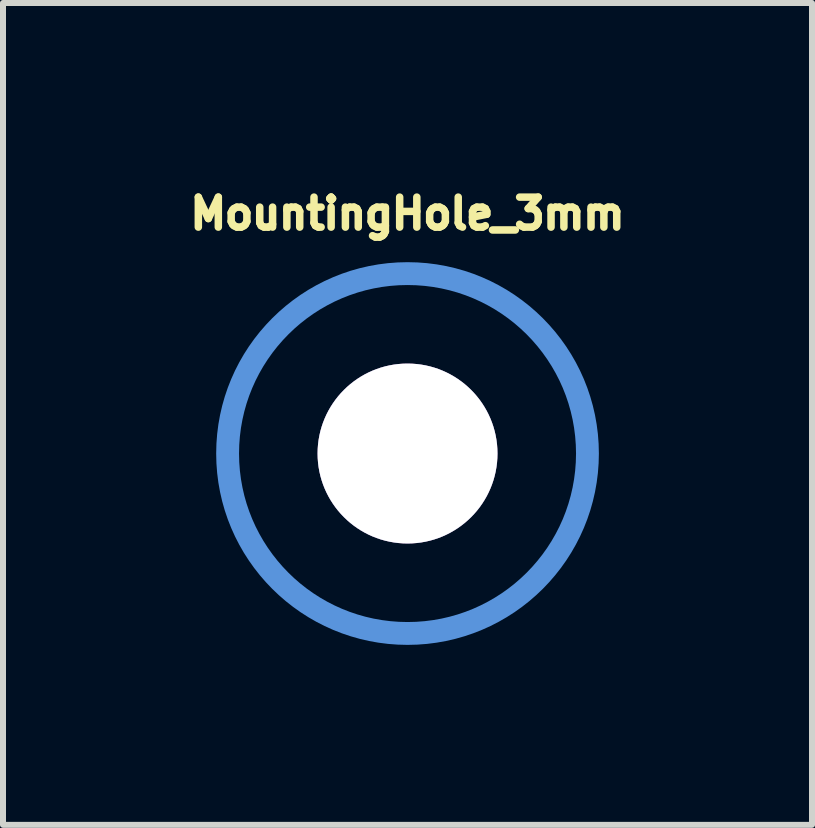
<source format=kicad_pcb>
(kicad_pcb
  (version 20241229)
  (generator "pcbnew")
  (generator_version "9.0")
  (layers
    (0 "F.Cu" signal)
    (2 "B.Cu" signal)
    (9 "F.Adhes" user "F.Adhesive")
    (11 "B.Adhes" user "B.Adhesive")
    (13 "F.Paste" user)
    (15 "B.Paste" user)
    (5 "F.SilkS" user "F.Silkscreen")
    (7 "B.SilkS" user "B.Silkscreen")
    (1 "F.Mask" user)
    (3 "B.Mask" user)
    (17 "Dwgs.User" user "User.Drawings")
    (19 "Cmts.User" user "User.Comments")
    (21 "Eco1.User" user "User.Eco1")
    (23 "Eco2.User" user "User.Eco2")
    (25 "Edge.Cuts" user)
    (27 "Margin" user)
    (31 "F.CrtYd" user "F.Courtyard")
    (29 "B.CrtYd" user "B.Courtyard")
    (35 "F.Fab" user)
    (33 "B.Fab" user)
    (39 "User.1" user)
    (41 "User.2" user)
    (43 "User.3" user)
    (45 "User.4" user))
  (footprint "MountingHole_3mm"
    (layer "F.Cu")
    (at 3.745 4.512)
    (property "Reference" "MountingHole_3mm" (at 0 -4 0) (layer "F.SilkS") (effects (font (size 0.5 0.5) (thickness 0.125))))
    (attr through_hole)
    (fp_circle (center 0 0) (end 3 0) (stroke (width 0.381) (type solid)) (fill no) (layer "Cmts.User"))
    (pad "" thru_hole circle (at 0 0) (size 3 3) (drill 3) (layers)))
  (gr_rect
    (start -3 -3)
    (end 10.489 10.703)
    (stroke (width 0.1) (type default))
    (fill no)
    (layer "Edge.Cuts")))
</source>
